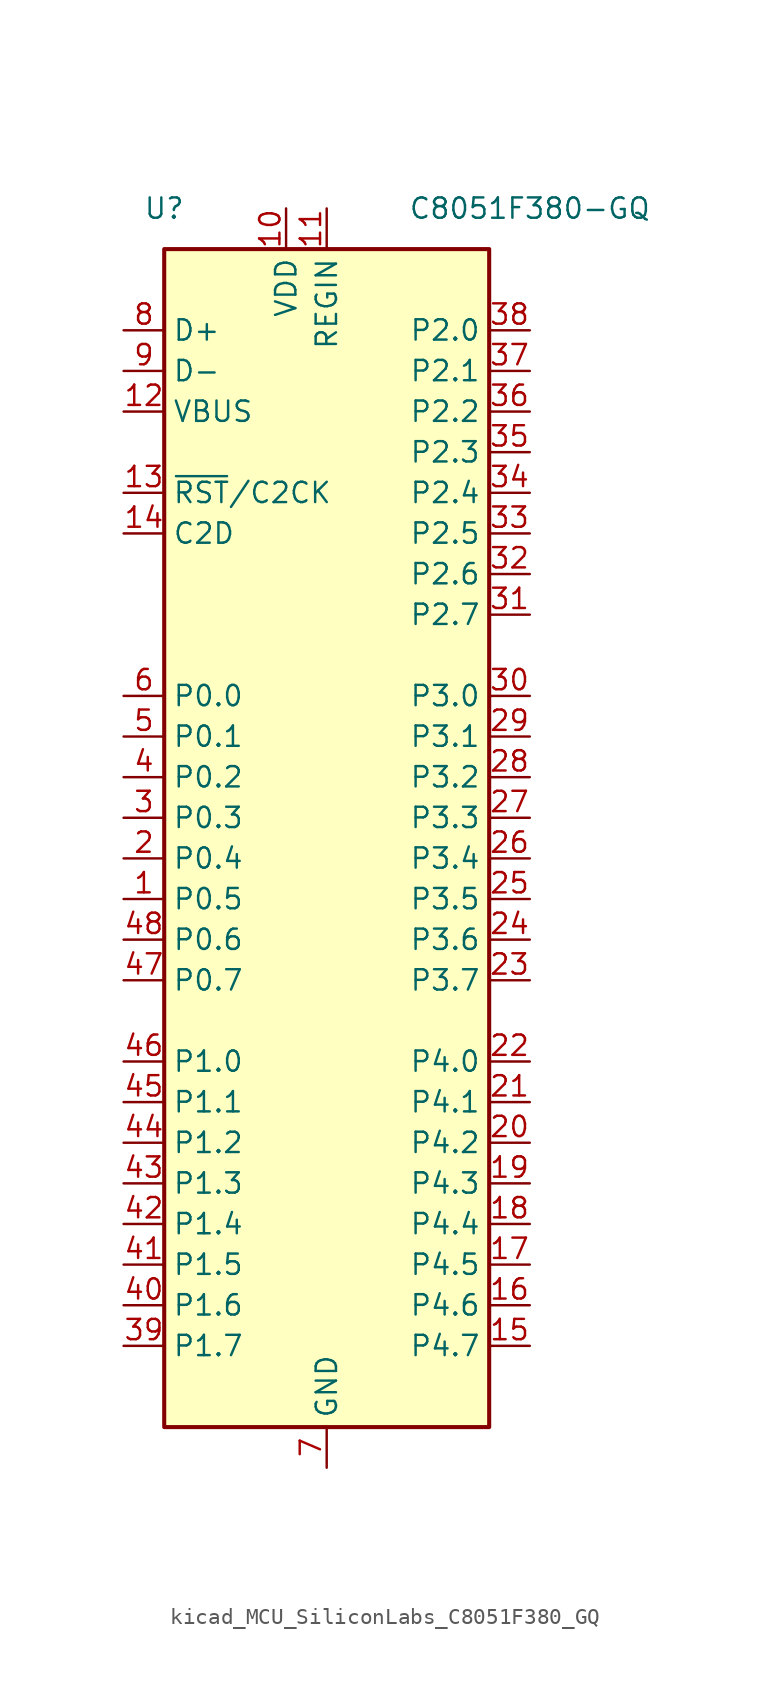
<source format=kicad_sym>
(kicad_symbol_lib
  (version 20220914)
  (generator kicad_symbol_editor)
  (symbol "kicad_MCU_SiliconLabs_C8051F380_GQ"
    (property "Reference" "U"
      (at -10.16 40.64 0)
      (effects (font (size 1.27 1.27))))
    (property "Value" "C8051F380-GQ"
      (at 12.7 40.64 0)
      (effects (font (size 1.27 1.27))))
    (symbol "kicad_MCU_SiliconLabs_C8051F380_GQ_0_1"
      (rectangle (start -10.16 38.1) (end 10.16 -35.56) (stroke (width 0.254) (type default)) (fill (type background))))
    (symbol "kicad_MCU_SiliconLabs_C8051F380_GQ_1_1"
      (pin bidirectional line (at -12.7 -2.54 0) (length 2.54) (name "P0.5" (effects (font (size 1.27 1.27)))) (number "1" (effects (font (size 1.27 1.27)))))
      (pin power_in line (at -2.54 40.64 270) (length 2.54) (name "VDD" (effects (font (size 1.27 1.27)))) (number "10" (effects (font (size 1.27 1.27)))))
      (pin power_in line (at 0 40.64 270) (length 2.54) (name "REGIN" (effects (font (size 1.27 1.27)))) (number "11" (effects (font (size 1.27 1.27)))))
      (pin input line (at -12.7 27.94 0) (length 2.54) (name "VBUS" (effects (font (size 1.27 1.27)))) (number "12" (effects (font (size 1.27 1.27)))))
      (pin input line (at -12.7 22.86 0) (length 2.54) (name "~{RST}/C2CK" (effects (font (size 1.27 1.27)))) (number "13" (effects (font (size 1.27 1.27)))))
      (pin bidirectional line (at -12.7 20.32 0) (length 2.54) (name "C2D" (effects (font (size 1.27 1.27)))) (number "14" (effects (font (size 1.27 1.27)))))
      (pin bidirectional line (at 12.7 -30.48 180) (length 2.54) (name "P4.7" (effects (font (size 1.27 1.27)))) (number "15" (effects (font (size 1.27 1.27)))))
      (pin bidirectional line (at 12.7 -27.94 180) (length 2.54) (name "P4.6" (effects (font (size 1.27 1.27)))) (number "16" (effects (font (size 1.27 1.27)))))
      (pin bidirectional line (at 12.7 -25.4 180) (length 2.54) (name "P4.5" (effects (font (size 1.27 1.27)))) (number "17" (effects (font (size 1.27 1.27)))))
      (pin bidirectional line (at 12.7 -22.86 180) (length 2.54) (name "P4.4" (effects (font (size 1.27 1.27)))) (number "18" (effects (font (size 1.27 1.27)))))
      (pin bidirectional line (at 12.7 -20.32 180) (length 2.54) (name "P4.3" (effects (font (size 1.27 1.27)))) (number "19" (effects (font (size 1.27 1.27)))))
      (pin bidirectional line (at -12.7 0 0) (length 2.54) (name "P0.4" (effects (font (size 1.27 1.27)))) (number "2" (effects (font (size 1.27 1.27)))))
      (pin bidirectional line (at 12.7 -17.78 180) (length 2.54) (name "P4.2" (effects (font (size 1.27 1.27)))) (number "20" (effects (font (size 1.27 1.27)))))
      (pin bidirectional line (at 12.7 -15.24 180) (length 2.54) (name "P4.1" (effects (font (size 1.27 1.27)))) (number "21" (effects (font (size 1.27 1.27)))))
      (pin bidirectional line (at 12.7 -12.7 180) (length 2.54) (name "P4.0" (effects (font (size 1.27 1.27)))) (number "22" (effects (font (size 1.27 1.27)))))
      (pin bidirectional line (at 12.7 -7.62 180) (length 2.54) (name "P3.7" (effects (font (size 1.27 1.27)))) (number "23" (effects (font (size 1.27 1.27)))))
      (pin bidirectional line (at 12.7 -5.08 180) (length 2.54) (name "P3.6" (effects (font (size 1.27 1.27)))) (number "24" (effects (font (size 1.27 1.27)))))
      (pin bidirectional line (at 12.7 -2.54 180) (length 2.54) (name "P3.5" (effects (font (size 1.27 1.27)))) (number "25" (effects (font (size 1.27 1.27)))))
      (pin bidirectional line (at 12.7 0 180) (length 2.54) (name "P3.4" (effects (font (size 1.27 1.27)))) (number "26" (effects (font (size 1.27 1.27)))))
      (pin bidirectional line (at 12.7 2.54 180) (length 2.54) (name "P3.3" (effects (font (size 1.27 1.27)))) (number "27" (effects (font (size 1.27 1.27)))))
      (pin bidirectional line (at 12.7 5.08 180) (length 2.54) (name "P3.2" (effects (font (size 1.27 1.27)))) (number "28" (effects (font (size 1.27 1.27)))))
      (pin bidirectional line (at 12.7 7.62 180) (length 2.54) (name "P3.1" (effects (font (size 1.27 1.27)))) (number "29" (effects (font (size 1.27 1.27)))))
      (pin bidirectional line (at -12.7 2.54 0) (length 2.54) (name "P0.3" (effects (font (size 1.27 1.27)))) (number "3" (effects (font (size 1.27 1.27)))))
      (pin bidirectional line (at 12.7 10.16 180) (length 2.54) (name "P3.0" (effects (font (size 1.27 1.27)))) (number "30" (effects (font (size 1.27 1.27)))))
      (pin bidirectional line (at 12.7 15.24 180) (length 2.54) (name "P2.7" (effects (font (size 1.27 1.27)))) (number "31" (effects (font (size 1.27 1.27)))))
      (pin bidirectional line (at 12.7 17.78 180) (length 2.54) (name "P2.6" (effects (font (size 1.27 1.27)))) (number "32" (effects (font (size 1.27 1.27)))))
      (pin bidirectional line (at 12.7 20.32 180) (length 2.54) (name "P2.5" (effects (font (size 1.27 1.27)))) (number "33" (effects (font (size 1.27 1.27)))))
      (pin bidirectional line (at 12.7 22.86 180) (length 2.54) (name "P2.4" (effects (font (size 1.27 1.27)))) (number "34" (effects (font (size 1.27 1.27)))))
      (pin bidirectional line (at 12.7 25.4 180) (length 2.54) (name "P2.3" (effects (font (size 1.27 1.27)))) (number "35" (effects (font (size 1.27 1.27)))))
      (pin bidirectional line (at 12.7 27.94 180) (length 2.54) (name "P2.2" (effects (font (size 1.27 1.27)))) (number "36" (effects (font (size 1.27 1.27)))))
      (pin bidirectional line (at 12.7 30.48 180) (length 2.54) (name "P2.1" (effects (font (size 1.27 1.27)))) (number "37" (effects (font (size 1.27 1.27)))))
      (pin bidirectional line (at 12.7 33.02 180) (length 2.54) (name "P2.0" (effects (font (size 1.27 1.27)))) (number "38" (effects (font (size 1.27 1.27)))))
      (pin bidirectional line (at -12.7 -30.48 0) (length 2.54) (name "P1.7" (effects (font (size 1.27 1.27)))) (number "39" (effects (font (size 1.27 1.27)))))
      (pin bidirectional line (at -12.7 5.08 0) (length 2.54) (name "P0.2" (effects (font (size 1.27 1.27)))) (number "4" (effects (font (size 1.27 1.27)))))
      (pin bidirectional line (at -12.7 -27.94 0) (length 2.54) (name "P1.6" (effects (font (size 1.27 1.27)))) (number "40" (effects (font (size 1.27 1.27)))))
      (pin bidirectional line (at -12.7 -25.4 0) (length 2.54) (name "P1.5" (effects (font (size 1.27 1.27)))) (number "41" (effects (font (size 1.27 1.27)))))
      (pin bidirectional line (at -12.7 -22.86 0) (length 2.54) (name "P1.4" (effects (font (size 1.27 1.27)))) (number "42" (effects (font (size 1.27 1.27)))))
      (pin bidirectional line (at -12.7 -20.32 0) (length 2.54) (name "P1.3" (effects (font (size 1.27 1.27)))) (number "43" (effects (font (size 1.27 1.27)))))
      (pin bidirectional line (at -12.7 -17.78 0) (length 2.54) (name "P1.2" (effects (font (size 1.27 1.27)))) (number "44" (effects (font (size 1.27 1.27)))))
      (pin bidirectional line (at -12.7 -15.24 0) (length 2.54) (name "P1.1" (effects (font (size 1.27 1.27)))) (number "45" (effects (font (size 1.27 1.27)))))
      (pin bidirectional line (at -12.7 -12.7 0) (length 2.54) (name "P1.0" (effects (font (size 1.27 1.27)))) (number "46" (effects (font (size 1.27 1.27)))))
      (pin bidirectional line (at -12.7 -7.62 0) (length 2.54) (name "P0.7" (effects (font (size 1.27 1.27)))) (number "47" (effects (font (size 1.27 1.27)))))
      (pin bidirectional line (at -12.7 -5.08 0) (length 2.54) (name "P0.6" (effects (font (size 1.27 1.27)))) (number "48" (effects (font (size 1.27 1.27)))))
      (pin bidirectional line (at -12.7 7.62 0) (length 2.54) (name "P0.1" (effects (font (size 1.27 1.27)))) (number "5" (effects (font (size 1.27 1.27)))))
      (pin bidirectional line (at -12.7 10.16 0) (length 2.54) (name "P0.0" (effects (font (size 1.27 1.27)))) (number "6" (effects (font (size 1.27 1.27)))))
      (pin power_in line (at 0 -38.1 90) (length 2.54) (name "GND" (effects (font (size 1.27 1.27)))) (number "7" (effects (font (size 1.27 1.27)))))
      (pin bidirectional line (at -12.7 33.02 0) (length 2.54) (name "D+" (effects (font (size 1.27 1.27)))) (number "8" (effects (font (size 1.27 1.27)))))
      (pin bidirectional line (at -12.7 30.48 0) (length 2.54) (name "D-" (effects (font (size 1.27 1.27)))) (number "9" (effects (font (size 1.27 1.27))))))))
</source>
